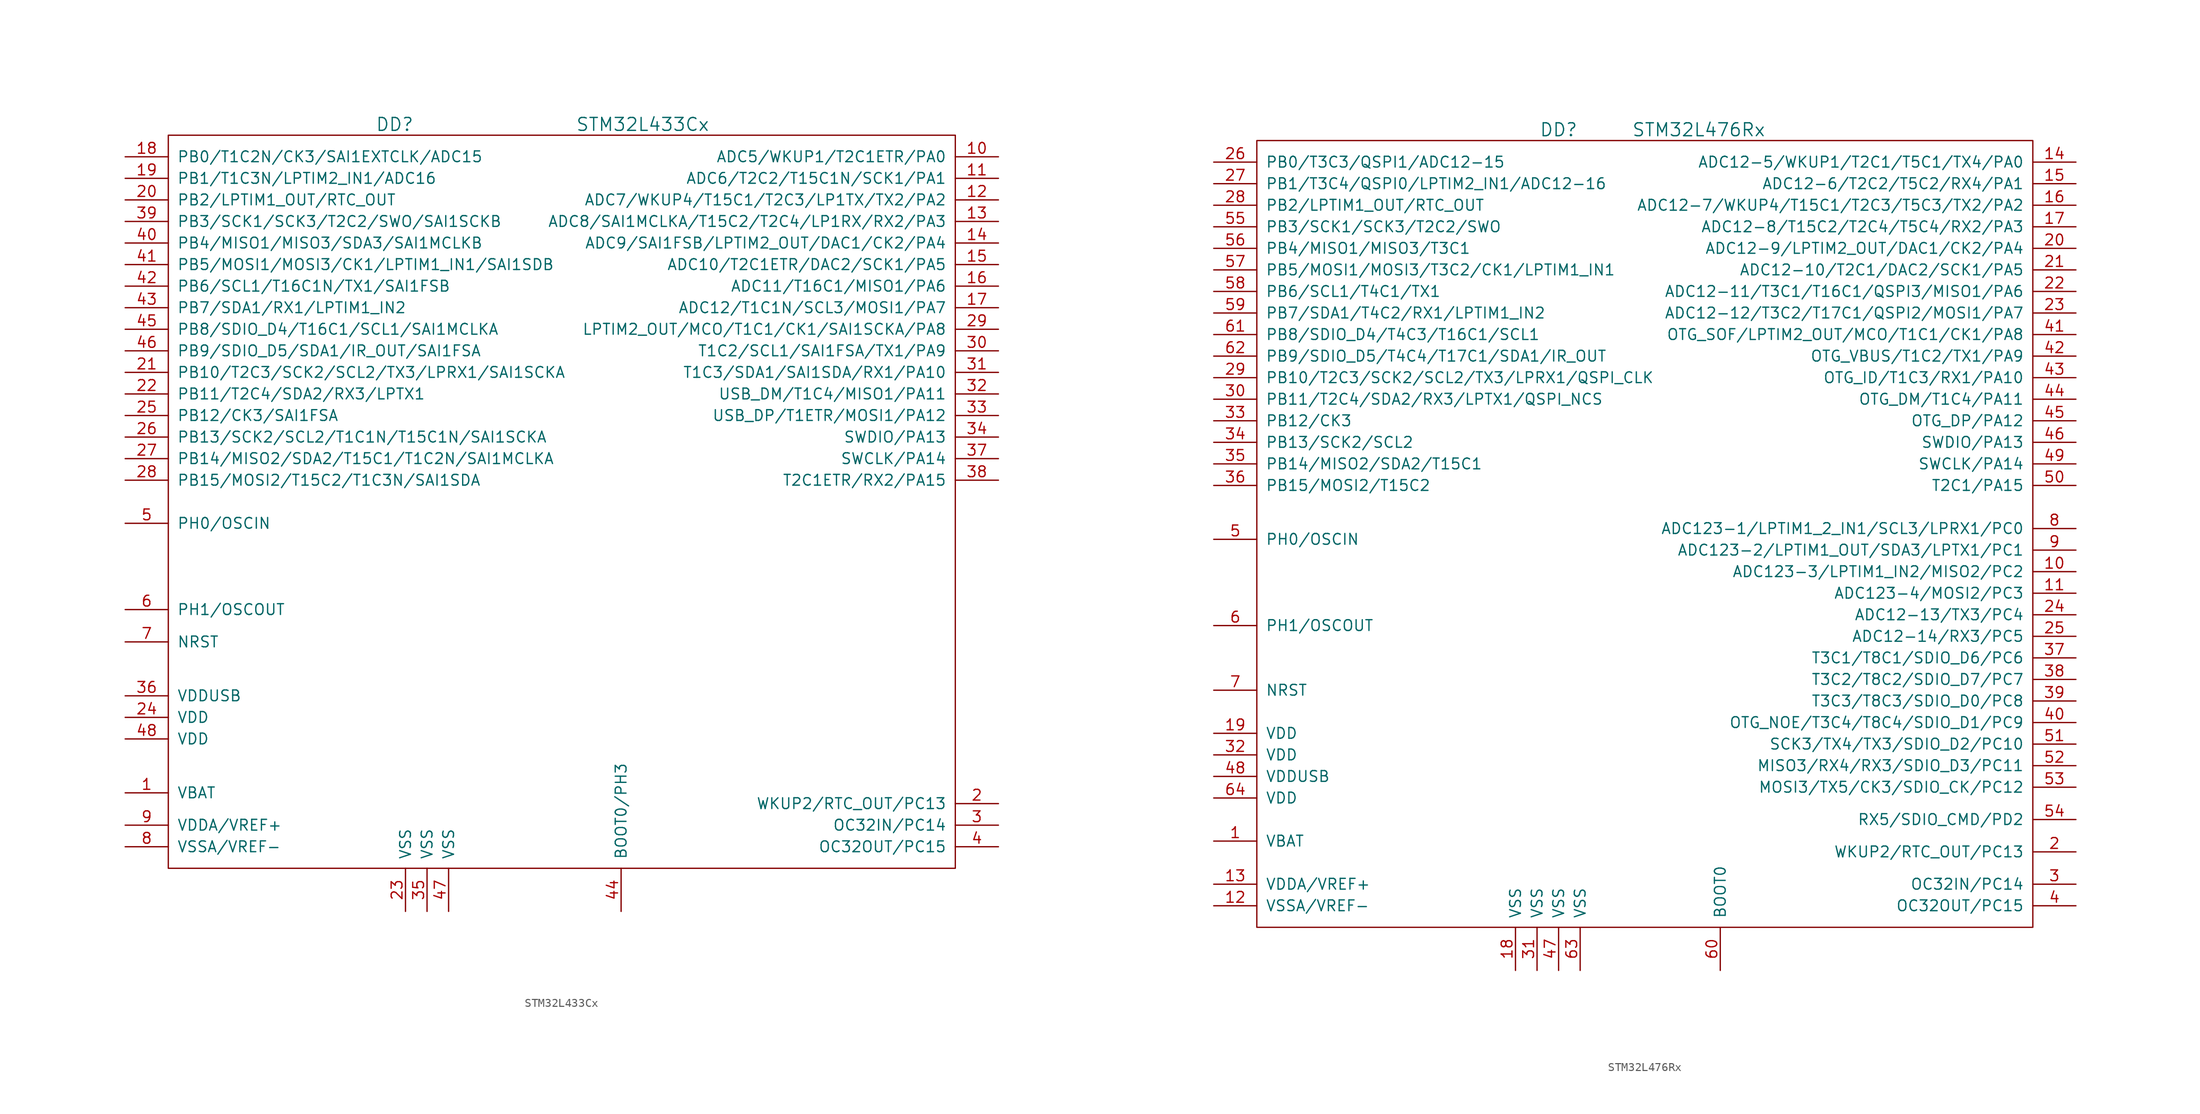
<source format=kicad_sym>
(kicad_symbol_lib
  (version 20201005)
  (generator kicad_symbol_editor)
  (symbol "st_kl:STM32L433Cx"
    (pin_names
      (offset 1.016))
    (property "Reference" "DD"
      (at -19.05 35.56 0)
      (effects (font (size 1.524 1.524))))
    (property "Value" "STM32L433Cx"
      (at 10.16 35.56 0)
      (effects (font (size 1.524 1.524))))
    (property "Datasheet" ""
      (at 0 0 0)
      (effects (font (size 1.524 1.524))))
    (symbol "STM32L433Cx_0_1"
      (rectangle (start -45.72 34.29) (end 46.99 -52.07) (stroke (width 0)) (fill (type none))))
    (symbol "STM32L433Cx_1_1"
      (pin power_in line (at -50.8 -43.18 0) (length 5.08) (name "VBAT" (effects (font (size 1.27 1.27)))) (number "1" (effects (font (size 1.27 1.27)))))
      (pin passive line (at 52.07 31.75 180) (length 5.08) (name "ADC5/WKUP1/T2C1ETR/PA0" (effects (font (size 1.27 1.27)))) (number "10" (effects (font (size 1.27 1.27)))))
      (pin passive line (at 52.07 29.21 180) (length 5.08) (name "ADC6/T2C2/T15C1N/SCK1/PA1" (effects (font (size 1.27 1.27)))) (number "11" (effects (font (size 1.27 1.27)))))
      (pin passive line (at 52.07 26.67 180) (length 5.08) (name "ADC7/WKUP4/T15C1/T2C3/LP1TX/TX2/PA2" (effects (font (size 1.27 1.27)))) (number "12" (effects (font (size 1.27 1.27)))))
      (pin passive line (at 52.07 24.13 180) (length 5.08) (name "ADC8/SAI1MCLKA/T15C2/T2C4/LP1RX/RX2/PA3" (effects (font (size 1.27 1.27)))) (number "13" (effects (font (size 1.27 1.27)))))
      (pin passive line (at 52.07 21.59 180) (length 5.08) (name "ADC9/SAI1FSB/LPTIM2_OUT/DAC1/CK2/PA4" (effects (font (size 1.27 1.27)))) (number "14" (effects (font (size 1.27 1.27)))))
      (pin passive line (at 52.07 19.05 180) (length 5.08) (name "ADC10/T2C1ETR/DAC2/SCK1/PA5" (effects (font (size 1.27 1.27)))) (number "15" (effects (font (size 1.27 1.27)))))
      (pin passive line (at 52.07 16.51 180) (length 5.08) (name "ADC11/T16C1/MISO1/PA6" (effects (font (size 1.27 1.27)))) (number "16" (effects (font (size 1.27 1.27)))))
      (pin passive line (at 52.07 13.97 180) (length 5.08) (name "ADC12/T1C1N/SCL3/MOSI1/PA7" (effects (font (size 1.27 1.27)))) (number "17" (effects (font (size 1.27 1.27)))))
      (pin passive line (at -50.8 31.75 0) (length 5.08) (name "PB0/T1C2N/CK3/SAI1EXTCLK/ADC15" (effects (font (size 1.27 1.27)))) (number "18" (effects (font (size 1.27 1.27)))))
      (pin passive line (at -50.8 29.21 0) (length 5.08) (name "PB1/T1C3N/LPTIM2_IN1/ADC16" (effects (font (size 1.27 1.27)))) (number "19" (effects (font (size 1.27 1.27)))))
      (pin passive line (at 52.07 -44.45 180) (length 5.08) (name "WKUP2/RTC_OUT/PC13" (effects (font (size 1.27 1.27)))) (number "2" (effects (font (size 1.27 1.27)))))
      (pin passive line (at -50.8 26.67 0) (length 5.08) (name "PB2/LPTIM1_OUT/RTC_OUT" (effects (font (size 1.27 1.27)))) (number "20" (effects (font (size 1.27 1.27)))))
      (pin passive line (at -50.8 6.35 0) (length 5.08) (name "PB10/T2C3/SCK2/SCL2/TX3/LPRX1/SAI1SCKA" (effects (font (size 1.27 1.27)))) (number "21" (effects (font (size 1.27 1.27)))))
      (pin passive line (at -50.8 3.81 0) (length 5.08) (name "PB11/T2C4/SDA2/RX3/LPTX1" (effects (font (size 1.27 1.27)))) (number "22" (effects (font (size 1.27 1.27)))))
      (pin power_in line (at -17.78 -57.15 90) (length 5.08) (name "VSS" (effects (font (size 1.27 1.27)))) (number "23" (effects (font (size 1.27 1.27)))))
      (pin power_in line (at -50.8 -34.29 0) (length 5.08) (name "VDD" (effects (font (size 1.27 1.27)))) (number "24" (effects (font (size 1.27 1.27)))))
      (pin passive line (at -50.8 1.27 0) (length 5.08) (name "PB12/CK3/SAI1FSA" (effects (font (size 1.27 1.27)))) (number "25" (effects (font (size 1.27 1.27)))))
      (pin passive line (at -50.8 -1.27 0) (length 5.08) (name "PB13/SCK2/SCL2/T1C1N/T15C1N/SAI1SCKA" (effects (font (size 1.27 1.27)))) (number "26" (effects (font (size 1.27 1.27)))))
      (pin passive line (at -50.8 -3.81 0) (length 5.08) (name "PB14/MISO2/SDA2/T15C1/T1C2N/SAI1MCLKA" (effects (font (size 1.27 1.27)))) (number "27" (effects (font (size 1.27 1.27)))))
      (pin passive line (at -50.8 -6.35 0) (length 5.08) (name "PB15/MOSI2/T15C2/T1C3N/SAI1SDA" (effects (font (size 1.27 1.27)))) (number "28" (effects (font (size 1.27 1.27)))))
      (pin passive line (at 52.07 11.43 180) (length 5.08) (name "LPTIM2_OUT/MCO/T1C1/CK1/SAI1SCKA/PA8" (effects (font (size 1.27 1.27)))) (number "29" (effects (font (size 1.27 1.27)))))
      (pin passive line (at 52.07 -46.99 180) (length 5.08) (name "OC32IN/PC14" (effects (font (size 1.27 1.27)))) (number "3" (effects (font (size 1.27 1.27)))))
      (pin passive line (at 52.07 8.89 180) (length 5.08) (name "T1C2/SCL1/SAI1FSA/TX1/PA9" (effects (font (size 1.27 1.27)))) (number "30" (effects (font (size 1.27 1.27)))))
      (pin passive line (at 52.07 6.35 180) (length 5.08) (name "T1C3/SDA1/SAI1SDA/RX1/PA10" (effects (font (size 1.27 1.27)))) (number "31" (effects (font (size 1.27 1.27)))))
      (pin passive line (at 52.07 3.81 180) (length 5.08) (name "USB_DM/T1C4/MISO1/PA11" (effects (font (size 1.27 1.27)))) (number "32" (effects (font (size 1.27 1.27)))))
      (pin passive line (at 52.07 1.27 180) (length 5.08) (name "USB_DP/T1ETR/MOSI1/PA12" (effects (font (size 1.27 1.27)))) (number "33" (effects (font (size 1.27 1.27)))))
      (pin passive line (at 52.07 -1.27 180) (length 5.08) (name "SWDIO/PA13" (effects (font (size 1.27 1.27)))) (number "34" (effects (font (size 1.27 1.27)))))
      (pin power_in line (at -15.24 -57.15 90) (length 5.08) (name "VSS" (effects (font (size 1.27 1.27)))) (number "35" (effects (font (size 1.27 1.27)))))
      (pin power_in line (at -50.8 -31.75 0) (length 5.08) (name "VDDUSB" (effects (font (size 1.27 1.27)))) (number "36" (effects (font (size 1.27 1.27)))))
      (pin passive line (at 52.07 -3.81 180) (length 5.08) (name "SWCLK/PA14" (effects (font (size 1.27 1.27)))) (number "37" (effects (font (size 1.27 1.27)))))
      (pin passive line (at 52.07 -6.35 180) (length 5.08) (name "T2C1ETR/RX2/PA15" (effects (font (size 1.27 1.27)))) (number "38" (effects (font (size 1.27 1.27)))))
      (pin passive line (at -50.8 24.13 0) (length 5.08) (name "PB3/SCK1/SCK3/T2C2/SWO/SAI1SCKB" (effects (font (size 1.27 1.27)))) (number "39" (effects (font (size 1.27 1.27)))))
      (pin passive line (at 52.07 -49.53 180) (length 5.08) (name "OC32OUT/PC15" (effects (font (size 1.27 1.27)))) (number "4" (effects (font (size 1.27 1.27)))))
      (pin passive line (at -50.8 21.59 0) (length 5.08) (name "PB4/MISO1/MISO3/SDA3/SAI1MCLKB" (effects (font (size 1.27 1.27)))) (number "40" (effects (font (size 1.27 1.27)))))
      (pin passive line (at -50.8 19.05 0) (length 5.08) (name "PB5/MOSI1/MOSI3/CK1/LPTIM1_IN1/SAI1SDB" (effects (font (size 1.27 1.27)))) (number "41" (effects (font (size 1.27 1.27)))))
      (pin passive line (at -50.8 16.51 0) (length 5.08) (name "PB6/SCL1/T16C1N/TX1/SAI1FSB" (effects (font (size 1.27 1.27)))) (number "42" (effects (font (size 1.27 1.27)))))
      (pin passive line (at -50.8 13.97 0) (length 5.08) (name "PB7/SDA1/RX1/LPTIM1_IN2" (effects (font (size 1.27 1.27)))) (number "43" (effects (font (size 1.27 1.27)))))
      (pin passive line (at 7.62 -57.15 90) (length 5.08) (name "BOOT0/PH3" (effects (font (size 1.27 1.27)))) (number "44" (effects (font (size 1.27 1.27)))))
      (pin passive line (at -50.8 11.43 0) (length 5.08) (name "PB8/SDIO_D4/T16C1/SCL1/SAI1MCLKA" (effects (font (size 1.27 1.27)))) (number "45" (effects (font (size 1.27 1.27)))))
      (pin passive line (at -50.8 8.89 0) (length 5.08) (name "PB9/SDIO_D5/SDA1/IR_OUT/SAI1FSA" (effects (font (size 1.27 1.27)))) (number "46" (effects (font (size 1.27 1.27)))))
      (pin power_in line (at -12.7 -57.15 90) (length 5.08) (name "VSS" (effects (font (size 1.27 1.27)))) (number "47" (effects (font (size 1.27 1.27)))))
      (pin power_in line (at -50.8 -36.83 0) (length 5.08) (name "VDD" (effects (font (size 1.27 1.27)))) (number "48" (effects (font (size 1.27 1.27)))))
      (pin passive line (at -50.8 -11.43 0) (length 5.08) (name "PH0/OSCIN" (effects (font (size 1.27 1.27)))) (number "5" (effects (font (size 1.27 1.27)))))
      (pin passive line (at -50.8 -21.59 0) (length 5.08) (name "PH1/OSCOUT" (effects (font (size 1.27 1.27)))) (number "6" (effects (font (size 1.27 1.27)))))
      (pin passive line (at -50.8 -25.4 0) (length 5.08) (name "NRST" (effects (font (size 1.27 1.27)))) (number "7" (effects (font (size 1.27 1.27)))))
      (pin power_in line (at -50.8 -49.53 0) (length 5.08) (name "VSSA/VREF-" (effects (font (size 1.27 1.27)))) (number "8" (effects (font (size 1.27 1.27)))))
      (pin power_in line (at -50.8 -46.99 0) (length 5.08) (name "VDDA/VREF+" (effects (font (size 1.27 1.27)))) (number "9" (effects (font (size 1.27 1.27)))))))
  (symbol "st_kl:STM32L476Rx"
    (pin_names
      (offset 1.016))
    (property "Reference" "DD"
      (at -11.43 39.37 0)
      (effects (font (size 1.524 1.524))))
    (property "Value" "STM32L476Rx"
      (at 5.08 39.37 0)
      (effects (font (size 1.524 1.524))))
    (property "Datasheet" ""
      (at 0 0 0)
      (effects (font (size 1.524 1.524))))
    (symbol "STM32L476Rx_0_1"
      (rectangle (start 44.45 38.1) (end -46.99 -54.61) (stroke (width 0)) (fill (type none))))
    (symbol "STM32L476Rx_1_1"
      (pin power_in line (at -52.07 -44.45 0) (length 5.08) (name "VBAT" (effects (font (size 1.27 1.27)))) (number "1" (effects (font (size 1.27 1.27)))))
      (pin passive line (at 49.53 -12.7 180) (length 5.08) (name "ADC123-3/LPTIM1_IN2/MISO2/PC2" (effects (font (size 1.27 1.27)))) (number "10" (effects (font (size 1.27 1.27)))))
      (pin passive line (at 49.53 -15.24 180) (length 5.08) (name "ADC123-4/MOSI2/PC3" (effects (font (size 1.27 1.27)))) (number "11" (effects (font (size 1.27 1.27)))))
      (pin power_in line (at -52.07 -52.07 0) (length 5.08) (name "VSSA/VREF-" (effects (font (size 1.27 1.27)))) (number "12" (effects (font (size 1.27 1.27)))))
      (pin power_in line (at -52.07 -49.53 0) (length 5.08) (name "VDDA/VREF+" (effects (font (size 1.27 1.27)))) (number "13" (effects (font (size 1.27 1.27)))))
      (pin passive line (at 49.53 35.56 180) (length 5.08) (name "ADC12-5/WKUP1/T2C1/T5C1/TX4/PA0" (effects (font (size 1.27 1.27)))) (number "14" (effects (font (size 1.27 1.27)))))
      (pin passive line (at 49.53 33.02 180) (length 5.08) (name "ADC12-6/T2C2/T5C2/RX4/PA1" (effects (font (size 1.27 1.27)))) (number "15" (effects (font (size 1.27 1.27)))))
      (pin passive line (at 49.53 30.48 180) (length 5.08) (name "ADC12-7/WKUP4/T15C1/T2C3/T5C3/TX2/PA2" (effects (font (size 1.27 1.27)))) (number "16" (effects (font (size 1.27 1.27)))))
      (pin passive line (at 49.53 27.94 180) (length 5.08) (name "ADC12-8/T15C2/T2C4/T5C4/RX2/PA3" (effects (font (size 1.27 1.27)))) (number "17" (effects (font (size 1.27 1.27)))))
      (pin power_in line (at -16.51 -59.69 90) (length 5.08) (name "VSS" (effects (font (size 1.27 1.27)))) (number "18" (effects (font (size 1.27 1.27)))))
      (pin power_in line (at -52.07 -31.75 0) (length 5.08) (name "VDD" (effects (font (size 1.27 1.27)))) (number "19" (effects (font (size 1.27 1.27)))))
      (pin passive line (at 49.53 -45.72 180) (length 5.08) (name "WKUP2/RTC_OUT/PC13" (effects (font (size 1.27 1.27)))) (number "2" (effects (font (size 1.27 1.27)))))
      (pin passive line (at 49.53 25.4 180) (length 5.08) (name "ADC12-9/LPTIM2_OUT/DAC1/CK2/PA4" (effects (font (size 1.27 1.27)))) (number "20" (effects (font (size 1.27 1.27)))))
      (pin passive line (at 49.53 22.86 180) (length 5.08) (name "ADC12-10/T2C1/DAC2/SCK1/PA5" (effects (font (size 1.27 1.27)))) (number "21" (effects (font (size 1.27 1.27)))))
      (pin passive line (at 49.53 20.32 180) (length 5.08) (name "ADC12-11/T3C1/T16C1/QSPI3/MISO1/PA6" (effects (font (size 1.27 1.27)))) (number "22" (effects (font (size 1.27 1.27)))))
      (pin passive line (at 49.53 17.78 180) (length 5.08) (name "ADC12-12/T3C2/T17C1/QSPI2/MOSI1/PA7" (effects (font (size 1.27 1.27)))) (number "23" (effects (font (size 1.27 1.27)))))
      (pin passive line (at 49.53 -17.78 180) (length 5.08) (name "ADC12-13/TX3/PC4" (effects (font (size 1.27 1.27)))) (number "24" (effects (font (size 1.27 1.27)))))
      (pin passive line (at 49.53 -20.32 180) (length 5.08) (name "ADC12-14/RX3/PC5" (effects (font (size 1.27 1.27)))) (number "25" (effects (font (size 1.27 1.27)))))
      (pin passive line (at -52.07 35.56 0) (length 5.08) (name "PB0/T3C3/QSPI1/ADC12-15" (effects (font (size 1.27 1.27)))) (number "26" (effects (font (size 1.27 1.27)))))
      (pin passive line (at -52.07 33.02 0) (length 5.08) (name "PB1/T3C4/QSPI0/LPTIM2_IN1/ADC12-16" (effects (font (size 1.27 1.27)))) (number "27" (effects (font (size 1.27 1.27)))))
      (pin passive line (at -52.07 30.48 0) (length 5.08) (name "PB2/LPTIM1_OUT/RTC_OUT" (effects (font (size 1.27 1.27)))) (number "28" (effects (font (size 1.27 1.27)))))
      (pin passive line (at -52.07 10.16 0) (length 5.08) (name "PB10/T2C3/SCK2/SCL2/TX3/LPRX1/QSPI_CLK" (effects (font (size 1.27 1.27)))) (number "29" (effects (font (size 1.27 1.27)))))
      (pin passive line (at 49.53 -49.53 180) (length 5.08) (name "OC32IN/PC14" (effects (font (size 1.27 1.27)))) (number "3" (effects (font (size 1.27 1.27)))))
      (pin passive line (at -52.07 7.62 0) (length 5.08) (name "PB11/T2C4/SDA2/RX3/LPTX1/QSPI_NCS" (effects (font (size 1.27 1.27)))) (number "30" (effects (font (size 1.27 1.27)))))
      (pin power_in line (at -13.97 -59.69 90) (length 5.08) (name "VSS" (effects (font (size 1.27 1.27)))) (number "31" (effects (font (size 1.27 1.27)))))
      (pin power_in line (at -52.07 -34.29 0) (length 5.08) (name "VDD" (effects (font (size 1.27 1.27)))) (number "32" (effects (font (size 1.27 1.27)))))
      (pin passive line (at -52.07 5.08 0) (length 5.08) (name "PB12/CK3" (effects (font (size 1.27 1.27)))) (number "33" (effects (font (size 1.27 1.27)))))
      (pin passive line (at -52.07 2.54 0) (length 5.08) (name "PB13/SCK2/SCL2" (effects (font (size 1.27 1.27)))) (number "34" (effects (font (size 1.27 1.27)))))
      (pin passive line (at -52.07 0 0) (length 5.08) (name "PB14/MISO2/SDA2/T15C1" (effects (font (size 1.27 1.27)))) (number "35" (effects (font (size 1.27 1.27)))))
      (pin passive line (at -52.07 -2.54 0) (length 5.08) (name "PB15/MOSI2/T15C2" (effects (font (size 1.27 1.27)))) (number "36" (effects (font (size 1.27 1.27)))))
      (pin passive line (at 49.53 -22.86 180) (length 5.08) (name "T3C1/T8C1/SDIO_D6/PC6" (effects (font (size 1.27 1.27)))) (number "37" (effects (font (size 1.27 1.27)))))
      (pin passive line (at 49.53 -25.4 180) (length 5.08) (name "T3C2/T8C2/SDIO_D7/PC7" (effects (font (size 1.27 1.27)))) (number "38" (effects (font (size 1.27 1.27)))))
      (pin passive line (at 49.53 -27.94 180) (length 5.08) (name "T3C3/T8C3/SDIO_D0/PC8" (effects (font (size 1.27 1.27)))) (number "39" (effects (font (size 1.27 1.27)))))
      (pin passive line (at 49.53 -52.07 180) (length 5.08) (name "OC32OUT/PC15" (effects (font (size 1.27 1.27)))) (number "4" (effects (font (size 1.27 1.27)))))
      (pin passive line (at 49.53 -30.48 180) (length 5.08) (name "OTG_NOE/T3C4/T8C4/SDIO_D1/PC9" (effects (font (size 1.27 1.27)))) (number "40" (effects (font (size 1.27 1.27)))))
      (pin passive line (at 49.53 15.24 180) (length 5.08) (name "OTG_SOF/LPTIM2_OUT/MCO/T1C1/CK1/PA8" (effects (font (size 1.27 1.27)))) (number "41" (effects (font (size 1.27 1.27)))))
      (pin passive line (at 49.53 12.7 180) (length 5.08) (name "OTG_VBUS/T1C2/TX1/PA9" (effects (font (size 1.27 1.27)))) (number "42" (effects (font (size 1.27 1.27)))))
      (pin passive line (at 49.53 10.16 180) (length 5.08) (name "OTG_ID/T1C3/RX1/PA10" (effects (font (size 1.27 1.27)))) (number "43" (effects (font (size 1.27 1.27)))))
      (pin passive line (at 49.53 7.62 180) (length 5.08) (name "OTG_DM/T1C4/PA11" (effects (font (size 1.27 1.27)))) (number "44" (effects (font (size 1.27 1.27)))))
      (pin passive line (at 49.53 5.08 180) (length 5.08) (name "OTG_DP/PA12" (effects (font (size 1.27 1.27)))) (number "45" (effects (font (size 1.27 1.27)))))
      (pin passive line (at 49.53 2.54 180) (length 5.08) (name "SWDIO/PA13" (effects (font (size 1.27 1.27)))) (number "46" (effects (font (size 1.27 1.27)))))
      (pin power_in line (at -11.43 -59.69 90) (length 5.08) (name "VSS" (effects (font (size 1.27 1.27)))) (number "47" (effects (font (size 1.27 1.27)))))
      (pin power_in line (at -52.07 -36.83 0) (length 5.08) (name "VDDUSB" (effects (font (size 1.27 1.27)))) (number "48" (effects (font (size 1.27 1.27)))))
      (pin passive line (at 49.53 0 180) (length 5.08) (name "SWCLK/PA14" (effects (font (size 1.27 1.27)))) (number "49" (effects (font (size 1.27 1.27)))))
      (pin passive line (at -52.07 -8.89 0) (length 5.08) (name "PH0/OSCIN" (effects (font (size 1.27 1.27)))) (number "5" (effects (font (size 1.27 1.27)))))
      (pin passive line (at 49.53 -2.54 180) (length 5.08) (name "T2C1/PA15" (effects (font (size 1.27 1.27)))) (number "50" (effects (font (size 1.27 1.27)))))
      (pin passive line (at 49.53 -33.02 180) (length 5.08) (name "SCK3/TX4/TX3/SDIO_D2/PC10" (effects (font (size 1.27 1.27)))) (number "51" (effects (font (size 1.27 1.27)))))
      (pin passive line (at 49.53 -35.56 180) (length 5.08) (name "MISO3/RX4/RX3/SDIO_D3/PC11" (effects (font (size 1.27 1.27)))) (number "52" (effects (font (size 1.27 1.27)))))
      (pin passive line (at 49.53 -38.1 180) (length 5.08) (name "MOSI3/TX5/CK3/SDIO_CK/PC12" (effects (font (size 1.27 1.27)))) (number "53" (effects (font (size 1.27 1.27)))))
      (pin passive line (at 49.53 -41.91 180) (length 5.08) (name "RX5/SDIO_CMD/PD2" (effects (font (size 1.27 1.27)))) (number "54" (effects (font (size 1.27 1.27)))))
      (pin passive line (at -52.07 27.94 0) (length 5.08) (name "PB3/SCK1/SCK3/T2C2/SWO" (effects (font (size 1.27 1.27)))) (number "55" (effects (font (size 1.27 1.27)))))
      (pin passive line (at -52.07 25.4 0) (length 5.08) (name "PB4/MISO1/MISO3/T3C1" (effects (font (size 1.27 1.27)))) (number "56" (effects (font (size 1.27 1.27)))))
      (pin passive line (at -52.07 22.86 0) (length 5.08) (name "PB5/MOSI1/MOSI3/T3C2/CK1/LPTIM1_IN1" (effects (font (size 1.27 1.27)))) (number "57" (effects (font (size 1.27 1.27)))))
      (pin passive line (at -52.07 20.32 0) (length 5.08) (name "PB6/SCL1/T4C1/TX1" (effects (font (size 1.27 1.27)))) (number "58" (effects (font (size 1.27 1.27)))))
      (pin passive line (at -52.07 17.78 0) (length 5.08) (name "PB7/SDA1/T4C2/RX1/LPTIM1_IN2" (effects (font (size 1.27 1.27)))) (number "59" (effects (font (size 1.27 1.27)))))
      (pin passive line (at -52.07 -19.05 0) (length 5.08) (name "PH1/OSCOUT" (effects (font (size 1.27 1.27)))) (number "6" (effects (font (size 1.27 1.27)))))
      (pin passive line (at 7.62 -59.69 90) (length 5.08) (name "BOOT0" (effects (font (size 1.27 1.27)))) (number "60" (effects (font (size 1.27 1.27)))))
      (pin passive line (at -52.07 15.24 0) (length 5.08) (name "PB8/SDIO_D4/T4C3/T16C1/SCL1" (effects (font (size 1.27 1.27)))) (number "61" (effects (font (size 1.27 1.27)))))
      (pin passive line (at -52.07 12.7 0) (length 5.08) (name "PB9/SDIO_D5/T4C4/T17C1/SDA1/IR_OUT" (effects (font (size 1.27 1.27)))) (number "62" (effects (font (size 1.27 1.27)))))
      (pin power_in line (at -8.89 -59.69 90) (length 5.08) (name "VSS" (effects (font (size 1.27 1.27)))) (number "63" (effects (font (size 1.27 1.27)))))
      (pin power_in line (at -52.07 -39.37 0) (length 5.08) (name "VDD" (effects (font (size 1.27 1.27)))) (number "64" (effects (font (size 1.27 1.27)))))
      (pin passive line (at -52.07 -26.67 0) (length 5.08) (name "NRST" (effects (font (size 1.27 1.27)))) (number "7" (effects (font (size 1.27 1.27)))))
      (pin passive line (at 49.53 -7.62 180) (length 5.08) (name "ADC123-1/LPTIM1_2_IN1/SCL3/LPRX1/PC0" (effects (font (size 1.27 1.27)))) (number "8" (effects (font (size 1.27 1.27)))))
      (pin passive line (at 49.53 -10.16 180) (length 5.08) (name "ADC123-2/LPTIM1_OUT/SDA3/LPTX1/PC1" (effects (font (size 1.27 1.27)))) (number "9" (effects (font (size 1.27 1.27))))))))
</source>
